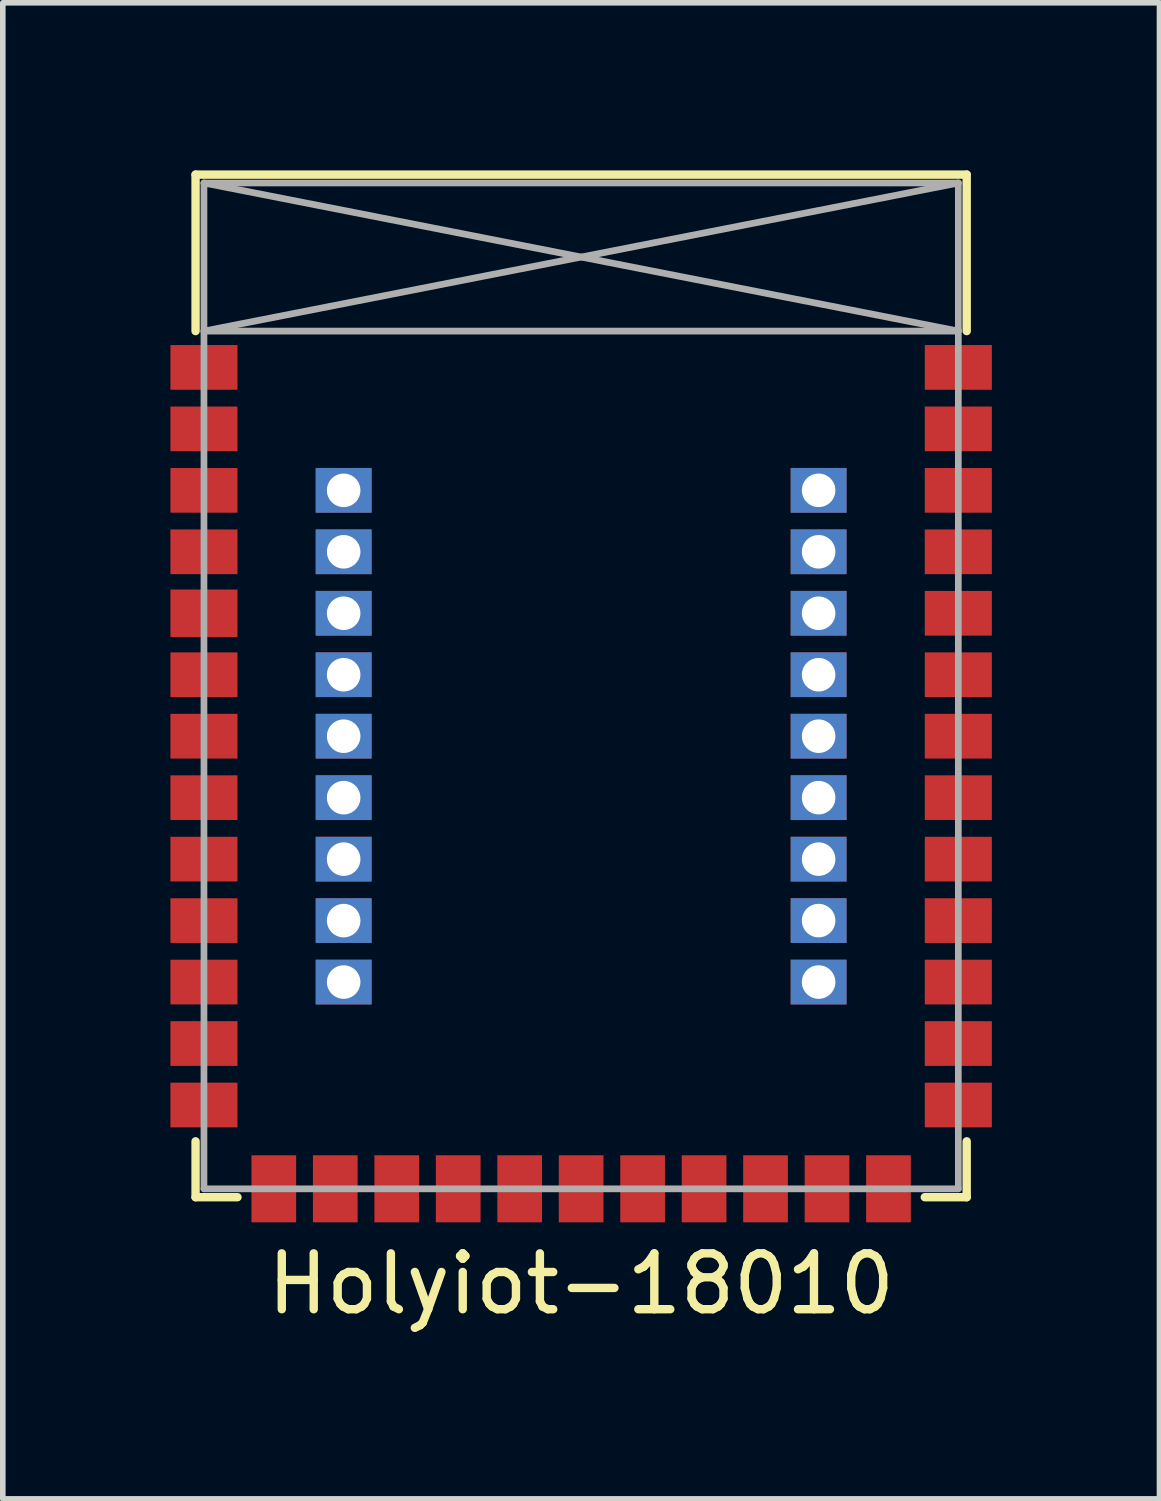
<source format=kicad_pcb>
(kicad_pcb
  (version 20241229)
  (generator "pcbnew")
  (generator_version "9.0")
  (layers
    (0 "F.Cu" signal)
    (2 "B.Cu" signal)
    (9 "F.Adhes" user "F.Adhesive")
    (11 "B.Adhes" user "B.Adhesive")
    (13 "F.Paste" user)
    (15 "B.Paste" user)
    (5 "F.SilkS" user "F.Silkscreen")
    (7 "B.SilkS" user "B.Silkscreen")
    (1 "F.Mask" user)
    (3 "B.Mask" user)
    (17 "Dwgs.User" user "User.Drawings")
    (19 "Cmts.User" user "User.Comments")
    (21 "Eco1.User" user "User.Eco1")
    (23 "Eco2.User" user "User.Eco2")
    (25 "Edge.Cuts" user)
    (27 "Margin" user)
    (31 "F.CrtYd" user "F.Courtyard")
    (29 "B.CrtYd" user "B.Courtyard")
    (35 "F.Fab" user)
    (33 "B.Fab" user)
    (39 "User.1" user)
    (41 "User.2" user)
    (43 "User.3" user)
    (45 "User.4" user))
  (footprint "Holyiot-18010"
    (layer "F.Cu")
    (at 7.35 9.225)
    (property "Reference" "Holyiot-18010" (at 0 10.7 0) (layer "F.SilkS") (effects (font (size 1 1) (thickness 0.15))))
    (fp_line (start -6.9 -9.15) (end 6.9 -9.15) (stroke (width 0.15) (type solid)) (layer "F.SilkS"))
    (fp_line (start -6.9 -6.35) (end -6.9 -9.15) (stroke (width 0.15) (type solid)) (layer "F.SilkS"))
    (fp_line (start -6.9 8.15) (end -6.9 9.15) (stroke (width 0.15) (type solid)) (layer "F.SilkS"))
    (fp_line (start -6.9 9.15) (end -6.15 9.15) (stroke (width 0.15) (type solid)) (layer "F.SilkS"))
    (fp_line (start 6.15 9.15) (end 6.9 9.15) (stroke (width 0.15) (type solid)) (layer "F.SilkS"))
    (fp_line (start 6.9 -9.15) (end 6.9 -6.35) (stroke (width 0.15) (type solid)) (layer "F.SilkS"))
    (fp_line (start 6.9 8.15) (end 6.9 9.15) (stroke (width 0.15) (type solid)) (layer "F.SilkS"))
    (fp_line (start -6.75 -9) (end -6.75 9) (stroke (width 0.12) (type solid)) (layer "F.Fab"))
    (fp_line (start -6.75 -9) (end 6.75 -9) (stroke (width 0.12) (type solid)) (layer "F.Fab"))
    (fp_line (start -6.75 -6.35) (end 6.75 -9) (stroke (width 0.12) (type solid)) (layer "F.Fab"))
    (fp_line (start -6.75 -6.35) (end 6.75 -6.35) (stroke (width 0.12) (type solid)) (layer "F.Fab"))
    (fp_line (start -6.75 9) (end 6.75 9) (stroke (width 0.12) (type solid)) (layer "F.Fab"))
    (fp_line (start 6.75 -9) (end 6.75 9) (stroke (width 0.12) (type solid)) (layer "F.Fab"))
    (fp_line (start 6.75 -6.35) (end -6.75 -9) (stroke (width 0.12) (type solid)) (layer "F.Fab"))
    (pad "1" smd rect (at -6.75 -5.7) (size 1.2 0.8) (layers "F.Cu" "F.Mask" "F.Paste"))
    (pad "2" smd rect (at -6.75 -4.6) (size 1.2 0.8) (layers "F.Cu" "F.Mask" "F.Paste"))
    (pad "3" smd rect (at -6.75 -3.5) (size 1.2 0.8) (layers "F.Cu" "F.Mask" "F.Paste"))
    (pad "4" smd rect (at -6.75 -2.4) (size 1.2 0.8) (layers "F.Cu" "F.Mask" "F.Paste"))
    (pad "5" smd rect (at -6.75 -1.3) (size 1.2 0.85) (layers "F.Cu" "F.Mask" "F.Paste"))
    (pad "6" smd rect (at -6.75 -0.2) (size 1.2 0.8) (layers "F.Cu" "F.Mask" "F.Paste"))
    (pad "7" smd rect (at -6.75 0.9) (size 1.2 0.8) (layers "F.Cu" "F.Mask" "F.Paste"))
    (pad "8" smd rect (at -6.75 2) (size 1.2 0.8) (layers "F.Cu" "F.Mask" "F.Paste"))
    (pad "9" smd rect (at -6.75 3.1) (size 1.2 0.8) (layers "F.Cu" "F.Mask" "F.Paste"))
    (pad "10" smd rect (at -6.75 4.2) (size 1.2 0.8) (layers "F.Cu" "F.Mask" "F.Paste"))
    (pad "11" smd rect (at -6.75 5.3) (size 1.2 0.8) (layers "F.Cu" "F.Mask" "F.Paste"))
    (pad "12" smd rect (at -6.75 6.4) (size 1.2 0.8) (layers "F.Cu" "F.Mask" "F.Paste"))
    (pad "13" smd rect (at -6.75 7.5) (size 1.2 0.8) (layers "F.Cu" "F.Mask" "F.Paste"))
    (pad "14" thru_hole rect (at -4.25 -3.5) (size 1 0.8) (drill 0.6) (layers "*.Cu" "*.Mask"))
    (pad "15" thru_hole rect (at -4.25 -2.4) (size 1 0.8) (drill 0.6) (layers "*.Cu" "*.Mask"))
    (pad "16" thru_hole rect (at -4.25 -1.3) (size 1 0.8) (drill 0.6) (layers "*.Cu" "*.Mask"))
    (pad "17" thru_hole rect (at -4.25 -0.2) (size 1 0.8) (drill 0.6) (layers "*.Cu" "*.Mask"))
    (pad "18" thru_hole rect (at -4.25 0.9) (size 1 0.8) (drill 0.6) (layers "*.Cu" "*.Mask"))
    (pad "19" thru_hole rect (at -4.25 2) (size 1 0.8) (drill 0.6) (layers "*.Cu" "*.Mask"))
    (pad "20" thru_hole rect (at -4.25 3.1) (size 1 0.8) (drill 0.6) (layers "*.Cu" "*.Mask"))
    (pad "21" thru_hole rect (at -4.25 4.2) (size 1 0.8) (drill 0.6) (layers "*.Cu" "*.Mask"))
    (pad "22" thru_hole rect (at -4.25 5.3) (size 1 0.8) (drill 0.6) (layers "*.Cu" "*.Mask"))
    (pad "23" thru_hole rect (at 4.25 -3.5) (size 1 0.8) (drill 0.6) (layers "*.Cu" "*.Mask"))
    (pad "24" thru_hole rect (at 4.25 -2.4) (size 1 0.8) (drill 0.6) (layers "*.Cu" "*.Mask"))
    (pad "25" thru_hole rect (at 4.25 -1.3) (size 1 0.8) (drill 0.6) (layers "*.Cu" "*.Mask"))
    (pad "26" thru_hole rect (at 4.25 -0.2) (size 1 0.8) (drill 0.6) (layers "*.Cu" "*.Mask"))
    (pad "27" thru_hole rect (at 4.25 0.9) (size 1 0.8) (drill 0.6) (layers "*.Cu" "*.Mask"))
    (pad "28" thru_hole rect (at 4.25 2) (size 1 0.8) (drill 0.6) (layers "*.Cu" "*.Mask"))
    (pad "29" thru_hole rect (at 4.25 3.1) (size 1 0.8) (drill 0.6) (layers "*.Cu" "*.Mask"))
    (pad "30" thru_hole rect (at 4.25 4.2) (size 1 0.8) (drill 0.6) (layers "*.Cu" "*.Mask"))
    (pad "31" thru_hole rect (at 4.25 5.3) (size 1 0.8) (drill 0.6) (layers "*.Cu" "*.Mask"))
    (pad "32" smd rect (at 6.75 -5.7) (size 1.2 0.8) (layers "F.Cu" "F.Mask" "F.Paste"))
    (pad "33" smd rect (at 6.75 -4.6) (size 1.2 0.8) (layers "F.Cu" "F.Mask" "F.Paste"))
    (pad "34" smd rect (at 6.75 -3.5) (size 1.2 0.8) (layers "F.Cu" "F.Mask" "F.Paste"))
    (pad "35" smd rect (at 6.75 -2.4) (size 1.2 0.8) (layers "F.Cu" "F.Mask" "F.Paste"))
    (pad "36" smd rect (at 6.75 -1.3) (size 1.2 0.8) (layers "F.Cu" "F.Mask" "F.Paste"))
    (pad "37" smd rect (at 6.75 -0.2) (size 1.2 0.8) (layers "F.Cu" "F.Mask" "F.Paste"))
    (pad "38" smd rect (at 6.75 0.9) (size 1.2 0.8) (layers "F.Cu" "F.Mask" "F.Paste"))
    (pad "39" smd rect (at 6.75 2) (size 1.2 0.8) (layers "F.Cu" "F.Mask" "F.Paste"))
    (pad "40" smd rect (at 6.75 3.1) (size 1.2 0.8) (layers "F.Cu" "F.Mask" "F.Paste"))
    (pad "41" smd rect (at 6.75 4.2) (size 1.2 0.8) (layers "F.Cu" "F.Mask" "F.Paste"))
    (pad "42" smd rect (at 6.75 5.3) (size 1.2 0.8) (layers "F.Cu" "F.Mask" "F.Paste"))
    (pad "43" smd rect (at 6.75 6.4) (size 1.2 0.8) (layers "F.Cu" "F.Mask" "F.Paste"))
    (pad "44" smd rect (at 6.75 7.5) (size 1.2 0.8) (layers "F.Cu" "F.Mask" "F.Paste"))
    (pad "45" smd rect (at 5.5 9 90) (size 1.2 0.8) (layers "F.Cu" "F.Mask" "F.Paste"))
    (pad "46" smd rect (at 4.4 9 90) (size 1.2 0.8) (layers "F.Cu" "F.Mask" "F.Paste"))
    (pad "47" smd rect (at 3.3 9 90) (size 1.2 0.8) (layers "F.Cu" "F.Mask" "F.Paste"))
    (pad "48" smd rect (at 2.2 9 90) (size 1.2 0.8) (layers "F.Cu" "F.Mask" "F.Paste"))
    (pad "49" smd rect (at 1.1 9 90) (size 1.2 0.8) (layers "F.Cu" "F.Mask" "F.Paste"))
    (pad "50" smd rect (at 0 9 90) (size 1.2 0.8) (layers "F.Cu" "F.Mask" "F.Paste"))
    (pad "51" smd rect (at -1.1 9 90) (size 1.2 0.8) (layers "F.Cu" "F.Mask" "F.Paste"))
    (pad "52" smd rect (at -2.2 9 90) (size 1.2 0.8) (layers "F.Cu" "F.Mask" "F.Paste"))
    (pad "53" smd rect (at -3.3 9 90) (size 1.2 0.8) (layers "F.Cu" "F.Mask" "F.Paste"))
    (pad "54" smd rect (at -4.4 9 90) (size 1.2 0.8) (layers "F.Cu" "F.Mask" "F.Paste"))
    (pad "55" smd rect (at -5.5 9 90) (size 1.2 0.8) (layers "F.Cu" "F.Mask" "F.Paste")))
  (gr_rect
    (start -3 -3)
    (end 17.7 23.773)
    (stroke (width 0.1) (type default))
    (fill no)
    (layer "Edge.Cuts")))
</source>
